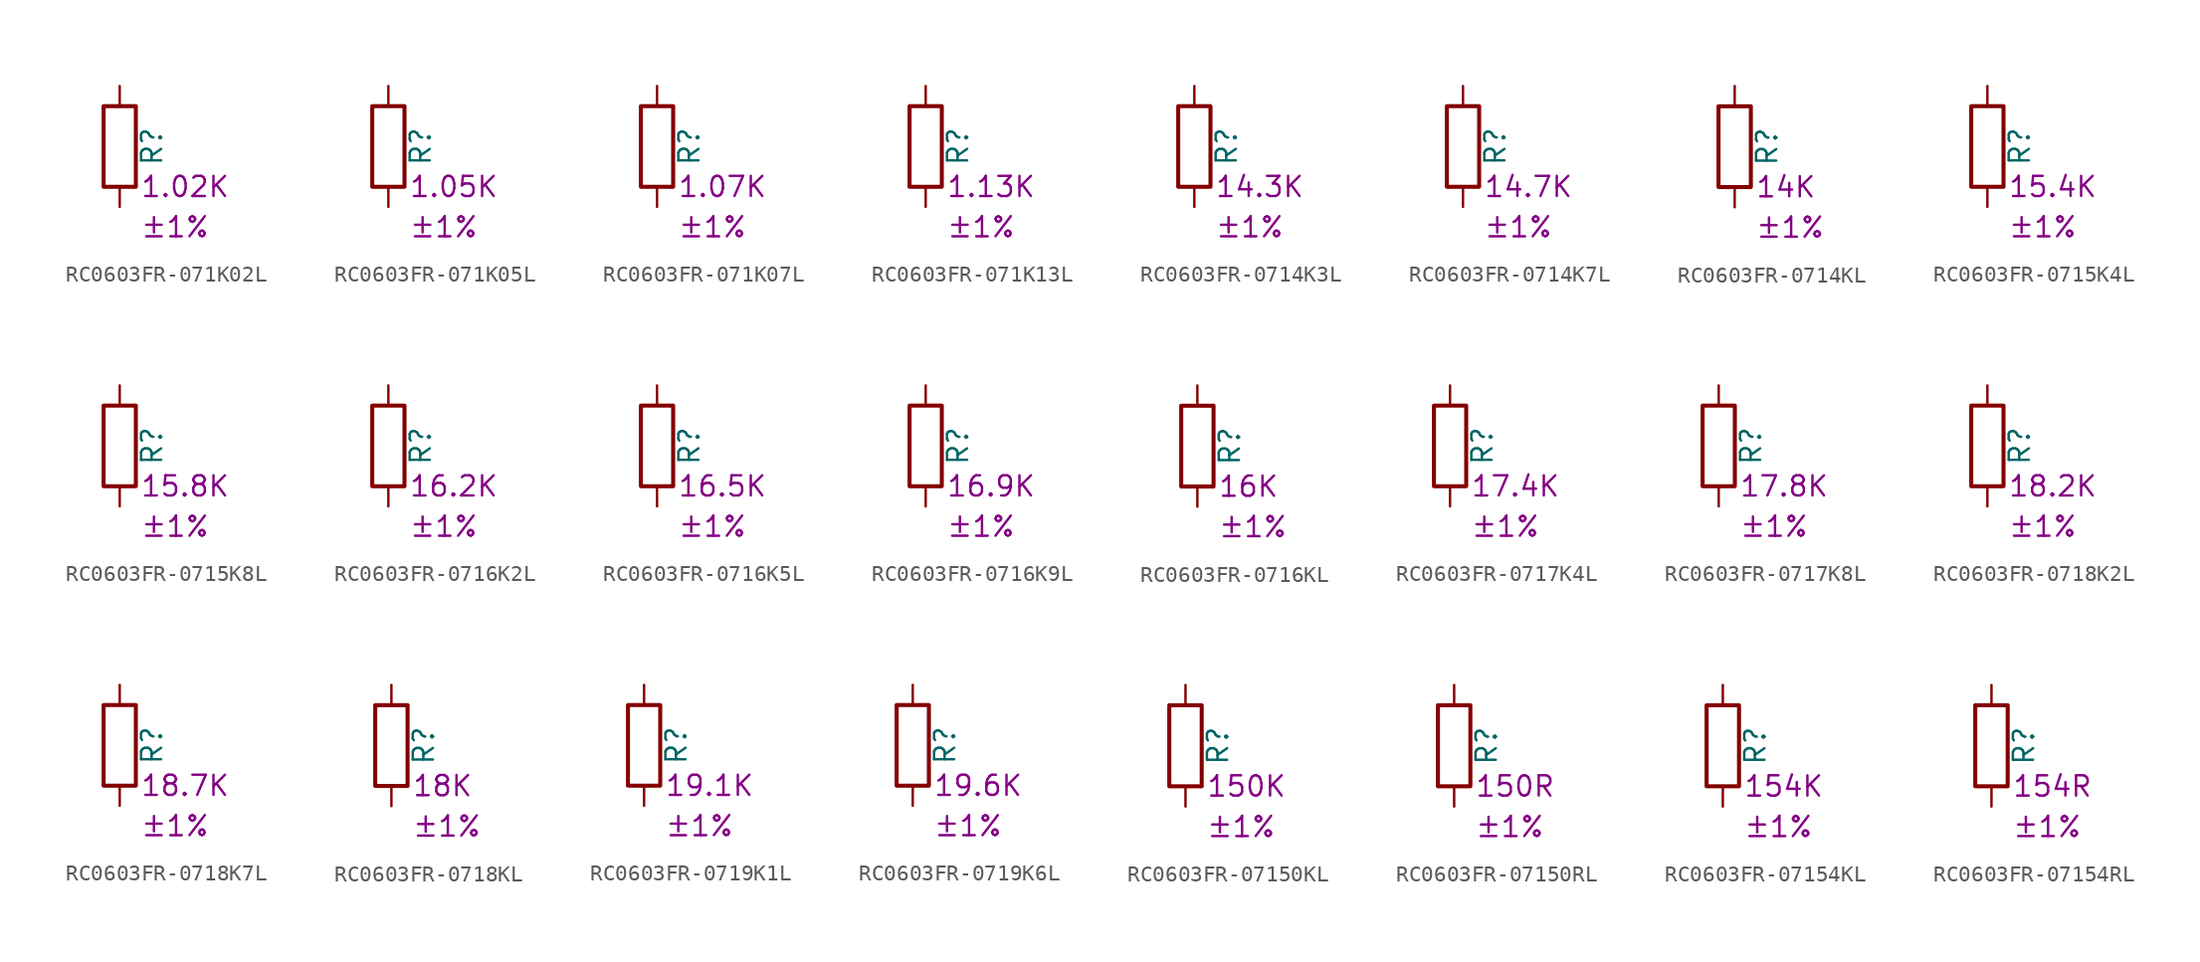
<source format=kicad_sym>
(kicad_symbol_lib
  (version 20220914)
  (generator kicad_symbol_editor)
  (symbol "RC0603FR-071K02L"
    (pin_numbers hide)
    (pin_names
      (offset 0))
    (property "Reference" "R"
      (at 2.032 0 90)
      (effects (font (size 1.27 1.27))))
    (property "Resistance" "1.02K"
      (at 1.27 -2.54 0)
      (effects (font (size 1.27 1.27)) (justify left)))
    (property "Tolerance" "±1%"
      (at 1.27 -5.08 0)
      (effects (font (size 1.27 1.27)) (justify left)))
    (symbol "RC0603FR-071K02L_0_1"
      (rectangle (start -1.016 -2.54) (end 1.016 2.54) (stroke (width 0.254) (type default)) (fill (type none))))
    (symbol "RC0603FR-071K02L_1_1"
      (pin passive line (at 0 3.81 270) (length 1.27) (name "~" (effects (font (size 1.27 1.27)))) (number "1" (effects (font (size 1.27 1.27)))))
      (pin passive line (at 0 -3.81 90) (length 1.27) (name "~" (effects (font (size 1.27 1.27)))) (number "2" (effects (font (size 1.27 1.27)))))))
  (symbol "RC0603FR-071K05L"
    (pin_numbers hide)
    (pin_names
      (offset 0))
    (property "Reference" "R"
      (at 2.032 0 90)
      (effects (font (size 1.27 1.27))))
    (property "Resistance" "1.05K"
      (at 1.27 -2.54 0)
      (effects (font (size 1.27 1.27)) (justify left)))
    (property "Tolerance" "±1%"
      (at 1.27 -5.08 0)
      (effects (font (size 1.27 1.27)) (justify left)))
    (symbol "RC0603FR-071K05L_0_1"
      (rectangle (start -1.016 -2.54) (end 1.016 2.54) (stroke (width 0.254) (type default)) (fill (type none))))
    (symbol "RC0603FR-071K05L_1_1"
      (pin passive line (at 0 3.81 270) (length 1.27) (name "~" (effects (font (size 1.27 1.27)))) (number "1" (effects (font (size 1.27 1.27)))))
      (pin passive line (at 0 -3.81 90) (length 1.27) (name "~" (effects (font (size 1.27 1.27)))) (number "2" (effects (font (size 1.27 1.27)))))))
  (symbol "RC0603FR-071K07L"
    (pin_numbers hide)
    (pin_names
      (offset 0))
    (property "Reference" "R"
      (at 2.032 0 90)
      (effects (font (size 1.27 1.27))))
    (property "Resistance" "1.07K"
      (at 1.27 -2.54 0)
      (effects (font (size 1.27 1.27)) (justify left)))
    (property "Tolerance" "±1%"
      (at 1.27 -5.08 0)
      (effects (font (size 1.27 1.27)) (justify left)))
    (symbol "RC0603FR-071K07L_0_1"
      (rectangle (start -1.016 -2.54) (end 1.016 2.54) (stroke (width 0.254) (type default)) (fill (type none))))
    (symbol "RC0603FR-071K07L_1_1"
      (pin passive line (at 0 3.81 270) (length 1.27) (name "~" (effects (font (size 1.27 1.27)))) (number "1" (effects (font (size 1.27 1.27)))))
      (pin passive line (at 0 -3.81 90) (length 1.27) (name "~" (effects (font (size 1.27 1.27)))) (number "2" (effects (font (size 1.27 1.27)))))))
  (symbol "RC0603FR-071K13L"
    (pin_numbers hide)
    (pin_names
      (offset 0))
    (property "Reference" "R"
      (at 2.032 0 90)
      (effects (font (size 1.27 1.27))))
    (property "Resistance" "1.13K"
      (at 1.27 -2.54 0)
      (effects (font (size 1.27 1.27)) (justify left)))
    (property "Tolerance" "±1%"
      (at 1.27 -5.08 0)
      (effects (font (size 1.27 1.27)) (justify left)))
    (symbol "RC0603FR-071K13L_0_1"
      (rectangle (start -1.016 -2.54) (end 1.016 2.54) (stroke (width 0.254) (type default)) (fill (type none))))
    (symbol "RC0603FR-071K13L_1_1"
      (pin passive line (at 0 3.81 270) (length 1.27) (name "~" (effects (font (size 1.27 1.27)))) (number "1" (effects (font (size 1.27 1.27)))))
      (pin passive line (at 0 -3.81 90) (length 1.27) (name "~" (effects (font (size 1.27 1.27)))) (number "2" (effects (font (size 1.27 1.27)))))))
  (symbol "RC0603FR-0714K3L"
    (pin_numbers hide)
    (pin_names
      (offset 0))
    (property "Reference" "R"
      (at 2.032 0 90)
      (effects (font (size 1.27 1.27))))
    (property "Resistance" "14.3K"
      (at 1.27 -2.54 0)
      (effects (font (size 1.27 1.27)) (justify left)))
    (property "Tolerance" "±1%"
      (at 1.27 -5.08 0)
      (effects (font (size 1.27 1.27)) (justify left)))
    (symbol "RC0603FR-0714K3L_0_1"
      (rectangle (start -1.016 -2.54) (end 1.016 2.54) (stroke (width 0.254) (type default)) (fill (type none))))
    (symbol "RC0603FR-0714K3L_1_1"
      (pin passive line (at 0 3.81 270) (length 1.27) (name "~" (effects (font (size 1.27 1.27)))) (number "1" (effects (font (size 1.27 1.27)))))
      (pin passive line (at 0 -3.81 90) (length 1.27) (name "~" (effects (font (size 1.27 1.27)))) (number "2" (effects (font (size 1.27 1.27)))))))
  (symbol "RC0603FR-0714K7L"
    (pin_numbers hide)
    (pin_names
      (offset 0))
    (property "Reference" "R"
      (at 2.032 0 90)
      (effects (font (size 1.27 1.27))))
    (property "Resistance" "14.7K"
      (at 1.27 -2.54 0)
      (effects (font (size 1.27 1.27)) (justify left)))
    (property "Tolerance" "±1%"
      (at 1.27 -5.08 0)
      (effects (font (size 1.27 1.27)) (justify left)))
    (symbol "RC0603FR-0714K7L_0_1"
      (rectangle (start -1.016 -2.54) (end 1.016 2.54) (stroke (width 0.254) (type default)) (fill (type none))))
    (symbol "RC0603FR-0714K7L_1_1"
      (pin passive line (at 0 3.81 270) (length 1.27) (name "~" (effects (font (size 1.27 1.27)))) (number "1" (effects (font (size 1.27 1.27)))))
      (pin passive line (at 0 -3.81 90) (length 1.27) (name "~" (effects (font (size 1.27 1.27)))) (number "2" (effects (font (size 1.27 1.27)))))))
  (symbol "RC0603FR-0714KL"
    (pin_numbers hide)
    (pin_names
      (offset 0))
    (property "Reference" "R"
      (at 2.032 0 90)
      (effects (font (size 1.27 1.27))))
    (property "Resistance" "14K"
      (at 1.27 -2.54 0)
      (effects (font (size 1.27 1.27)) (justify left)))
    (property "Tolerance" "±1%"
      (at 1.27 -5.08 0)
      (effects (font (size 1.27 1.27)) (justify left)))
    (symbol "RC0603FR-0714KL_0_1"
      (rectangle (start -1.016 -2.54) (end 1.016 2.54) (stroke (width 0.254) (type default)) (fill (type none))))
    (symbol "RC0603FR-0714KL_1_1"
      (pin passive line (at 0 3.81 270) (length 1.27) (name "~" (effects (font (size 1.27 1.27)))) (number "1" (effects (font (size 1.27 1.27)))))
      (pin passive line (at 0 -3.81 90) (length 1.27) (name "~" (effects (font (size 1.27 1.27)))) (number "2" (effects (font (size 1.27 1.27)))))))
  (symbol "RC0603FR-0715K4L"
    (pin_numbers hide)
    (pin_names
      (offset 0))
    (property "Reference" "R"
      (at 2.032 0 90)
      (effects (font (size 1.27 1.27))))
    (property "Resistance" "15.4K"
      (at 1.27 -2.54 0)
      (effects (font (size 1.27 1.27)) (justify left)))
    (property "Tolerance" "±1%"
      (at 1.27 -5.08 0)
      (effects (font (size 1.27 1.27)) (justify left)))
    (symbol "RC0603FR-0715K4L_0_1"
      (rectangle (start -1.016 -2.54) (end 1.016 2.54) (stroke (width 0.254) (type default)) (fill (type none))))
    (symbol "RC0603FR-0715K4L_1_1"
      (pin passive line (at 0 3.81 270) (length 1.27) (name "~" (effects (font (size 1.27 1.27)))) (number "1" (effects (font (size 1.27 1.27)))))
      (pin passive line (at 0 -3.81 90) (length 1.27) (name "~" (effects (font (size 1.27 1.27)))) (number "2" (effects (font (size 1.27 1.27)))))))
  (symbol "RC0603FR-0715K8L"
    (pin_numbers hide)
    (pin_names
      (offset 0))
    (property "Reference" "R"
      (at 2.032 0 90)
      (effects (font (size 1.27 1.27))))
    (property "Resistance" "15.8K"
      (at 1.27 -2.54 0)
      (effects (font (size 1.27 1.27)) (justify left)))
    (property "Tolerance" "±1%"
      (at 1.27 -5.08 0)
      (effects (font (size 1.27 1.27)) (justify left)))
    (symbol "RC0603FR-0715K8L_0_1"
      (rectangle (start -1.016 -2.54) (end 1.016 2.54) (stroke (width 0.254) (type default)) (fill (type none))))
    (symbol "RC0603FR-0715K8L_1_1"
      (pin passive line (at 0 3.81 270) (length 1.27) (name "~" (effects (font (size 1.27 1.27)))) (number "1" (effects (font (size 1.27 1.27)))))
      (pin passive line (at 0 -3.81 90) (length 1.27) (name "~" (effects (font (size 1.27 1.27)))) (number "2" (effects (font (size 1.27 1.27)))))))
  (symbol "RC0603FR-0716K2L"
    (pin_numbers hide)
    (pin_names
      (offset 0))
    (property "Reference" "R"
      (at 2.032 0 90)
      (effects (font (size 1.27 1.27))))
    (property "Resistance" "16.2K"
      (at 1.27 -2.54 0)
      (effects (font (size 1.27 1.27)) (justify left)))
    (property "Tolerance" "±1%"
      (at 1.27 -5.08 0)
      (effects (font (size 1.27 1.27)) (justify left)))
    (symbol "RC0603FR-0716K2L_0_1"
      (rectangle (start -1.016 -2.54) (end 1.016 2.54) (stroke (width 0.254) (type default)) (fill (type none))))
    (symbol "RC0603FR-0716K2L_1_1"
      (pin passive line (at 0 3.81 270) (length 1.27) (name "~" (effects (font (size 1.27 1.27)))) (number "1" (effects (font (size 1.27 1.27)))))
      (pin passive line (at 0 -3.81 90) (length 1.27) (name "~" (effects (font (size 1.27 1.27)))) (number "2" (effects (font (size 1.27 1.27)))))))
  (symbol "RC0603FR-0716K5L"
    (pin_numbers hide)
    (pin_names
      (offset 0))
    (property "Reference" "R"
      (at 2.032 0 90)
      (effects (font (size 1.27 1.27))))
    (property "Resistance" "16.5K"
      (at 1.27 -2.54 0)
      (effects (font (size 1.27 1.27)) (justify left)))
    (property "Tolerance" "±1%"
      (at 1.27 -5.08 0)
      (effects (font (size 1.27 1.27)) (justify left)))
    (symbol "RC0603FR-0716K5L_0_1"
      (rectangle (start -1.016 -2.54) (end 1.016 2.54) (stroke (width 0.254) (type default)) (fill (type none))))
    (symbol "RC0603FR-0716K5L_1_1"
      (pin passive line (at 0 3.81 270) (length 1.27) (name "~" (effects (font (size 1.27 1.27)))) (number "1" (effects (font (size 1.27 1.27)))))
      (pin passive line (at 0 -3.81 90) (length 1.27) (name "~" (effects (font (size 1.27 1.27)))) (number "2" (effects (font (size 1.27 1.27)))))))
  (symbol "RC0603FR-0716K9L"
    (pin_numbers hide)
    (pin_names
      (offset 0))
    (property "Reference" "R"
      (at 2.032 0 90)
      (effects (font (size 1.27 1.27))))
    (property "Resistance" "16.9K"
      (at 1.27 -2.54 0)
      (effects (font (size 1.27 1.27)) (justify left)))
    (property "Tolerance" "±1%"
      (at 1.27 -5.08 0)
      (effects (font (size 1.27 1.27)) (justify left)))
    (symbol "RC0603FR-0716K9L_0_1"
      (rectangle (start -1.016 -2.54) (end 1.016 2.54) (stroke (width 0.254) (type default)) (fill (type none))))
    (symbol "RC0603FR-0716K9L_1_1"
      (pin passive line (at 0 3.81 270) (length 1.27) (name "~" (effects (font (size 1.27 1.27)))) (number "1" (effects (font (size 1.27 1.27)))))
      (pin passive line (at 0 -3.81 90) (length 1.27) (name "~" (effects (font (size 1.27 1.27)))) (number "2" (effects (font (size 1.27 1.27)))))))
  (symbol "RC0603FR-0716KL"
    (pin_numbers hide)
    (pin_names
      (offset 0))
    (property "Reference" "R"
      (at 2.032 0 90)
      (effects (font (size 1.27 1.27))))
    (property "Resistance" "16K"
      (at 1.27 -2.54 0)
      (effects (font (size 1.27 1.27)) (justify left)))
    (property "Tolerance" "±1%"
      (at 1.27 -5.08 0)
      (effects (font (size 1.27 1.27)) (justify left)))
    (symbol "RC0603FR-0716KL_0_1"
      (rectangle (start -1.016 -2.54) (end 1.016 2.54) (stroke (width 0.254) (type default)) (fill (type none))))
    (symbol "RC0603FR-0716KL_1_1"
      (pin passive line (at 0 3.81 270) (length 1.27) (name "~" (effects (font (size 1.27 1.27)))) (number "1" (effects (font (size 1.27 1.27)))))
      (pin passive line (at 0 -3.81 90) (length 1.27) (name "~" (effects (font (size 1.27 1.27)))) (number "2" (effects (font (size 1.27 1.27)))))))
  (symbol "RC0603FR-0717K4L"
    (pin_numbers hide)
    (pin_names
      (offset 0))
    (property "Reference" "R"
      (at 2.032 0 90)
      (effects (font (size 1.27 1.27))))
    (property "Resistance" "17.4K"
      (at 1.27 -2.54 0)
      (effects (font (size 1.27 1.27)) (justify left)))
    (property "Tolerance" "±1%"
      (at 1.27 -5.08 0)
      (effects (font (size 1.27 1.27)) (justify left)))
    (symbol "RC0603FR-0717K4L_0_1"
      (rectangle (start -1.016 -2.54) (end 1.016 2.54) (stroke (width 0.254) (type default)) (fill (type none))))
    (symbol "RC0603FR-0717K4L_1_1"
      (pin passive line (at 0 3.81 270) (length 1.27) (name "~" (effects (font (size 1.27 1.27)))) (number "1" (effects (font (size 1.27 1.27)))))
      (pin passive line (at 0 -3.81 90) (length 1.27) (name "~" (effects (font (size 1.27 1.27)))) (number "2" (effects (font (size 1.27 1.27)))))))
  (symbol "RC0603FR-0717K8L"
    (pin_numbers hide)
    (pin_names
      (offset 0))
    (property "Reference" "R"
      (at 2.032 0 90)
      (effects (font (size 1.27 1.27))))
    (property "Resistance" "17.8K"
      (at 1.27 -2.54 0)
      (effects (font (size 1.27 1.27)) (justify left)))
    (property "Tolerance" "±1%"
      (at 1.27 -5.08 0)
      (effects (font (size 1.27 1.27)) (justify left)))
    (symbol "RC0603FR-0717K8L_0_1"
      (rectangle (start -1.016 -2.54) (end 1.016 2.54) (stroke (width 0.254) (type default)) (fill (type none))))
    (symbol "RC0603FR-0717K8L_1_1"
      (pin passive line (at 0 3.81 270) (length 1.27) (name "~" (effects (font (size 1.27 1.27)))) (number "1" (effects (font (size 1.27 1.27)))))
      (pin passive line (at 0 -3.81 90) (length 1.27) (name "~" (effects (font (size 1.27 1.27)))) (number "2" (effects (font (size 1.27 1.27)))))))
  (symbol "RC0603FR-0718K2L"
    (pin_numbers hide)
    (pin_names
      (offset 0))
    (property "Reference" "R"
      (at 2.032 0 90)
      (effects (font (size 1.27 1.27))))
    (property "Resistance" "18.2K"
      (at 1.27 -2.54 0)
      (effects (font (size 1.27 1.27)) (justify left)))
    (property "Tolerance" "±1%"
      (at 1.27 -5.08 0)
      (effects (font (size 1.27 1.27)) (justify left)))
    (symbol "RC0603FR-0718K2L_0_1"
      (rectangle (start -1.016 -2.54) (end 1.016 2.54) (stroke (width 0.254) (type default)) (fill (type none))))
    (symbol "RC0603FR-0718K2L_1_1"
      (pin passive line (at 0 3.81 270) (length 1.27) (name "~" (effects (font (size 1.27 1.27)))) (number "1" (effects (font (size 1.27 1.27)))))
      (pin passive line (at 0 -3.81 90) (length 1.27) (name "~" (effects (font (size 1.27 1.27)))) (number "2" (effects (font (size 1.27 1.27)))))))
  (symbol "RC0603FR-0718K7L"
    (pin_numbers hide)
    (pin_names
      (offset 0))
    (property "Reference" "R"
      (at 2.032 0 90)
      (effects (font (size 1.27 1.27))))
    (property "Resistance" "18.7K"
      (at 1.27 -2.54 0)
      (effects (font (size 1.27 1.27)) (justify left)))
    (property "Tolerance" "±1%"
      (at 1.27 -5.08 0)
      (effects (font (size 1.27 1.27)) (justify left)))
    (symbol "RC0603FR-0718K7L_0_1"
      (rectangle (start -1.016 -2.54) (end 1.016 2.54) (stroke (width 0.254) (type default)) (fill (type none))))
    (symbol "RC0603FR-0718K7L_1_1"
      (pin passive line (at 0 3.81 270) (length 1.27) (name "~" (effects (font (size 1.27 1.27)))) (number "1" (effects (font (size 1.27 1.27)))))
      (pin passive line (at 0 -3.81 90) (length 1.27) (name "~" (effects (font (size 1.27 1.27)))) (number "2" (effects (font (size 1.27 1.27)))))))
  (symbol "RC0603FR-0718KL"
    (pin_numbers hide)
    (pin_names
      (offset 0))
    (property "Reference" "R"
      (at 2.032 0 90)
      (effects (font (size 1.27 1.27))))
    (property "Resistance" "18K"
      (at 1.27 -2.54 0)
      (effects (font (size 1.27 1.27)) (justify left)))
    (property "Tolerance" "±1%"
      (at 1.27 -5.08 0)
      (effects (font (size 1.27 1.27)) (justify left)))
    (symbol "RC0603FR-0718KL_0_1"
      (rectangle (start -1.016 -2.54) (end 1.016 2.54) (stroke (width 0.254) (type default)) (fill (type none))))
    (symbol "RC0603FR-0718KL_1_1"
      (pin passive line (at 0 3.81 270) (length 1.27) (name "~" (effects (font (size 1.27 1.27)))) (number "1" (effects (font (size 1.27 1.27)))))
      (pin passive line (at 0 -3.81 90) (length 1.27) (name "~" (effects (font (size 1.27 1.27)))) (number "2" (effects (font (size 1.27 1.27)))))))
  (symbol "RC0603FR-0719K1L"
    (pin_numbers hide)
    (pin_names
      (offset 0))
    (property "Reference" "R"
      (at 2.032 0 90)
      (effects (font (size 1.27 1.27))))
    (property "Resistance" "19.1K"
      (at 1.27 -2.54 0)
      (effects (font (size 1.27 1.27)) (justify left)))
    (property "Tolerance" "±1%"
      (at 1.27 -5.08 0)
      (effects (font (size 1.27 1.27)) (justify left)))
    (symbol "RC0603FR-0719K1L_0_1"
      (rectangle (start -1.016 -2.54) (end 1.016 2.54) (stroke (width 0.254) (type default)) (fill (type none))))
    (symbol "RC0603FR-0719K1L_1_1"
      (pin passive line (at 0 3.81 270) (length 1.27) (name "~" (effects (font (size 1.27 1.27)))) (number "1" (effects (font (size 1.27 1.27)))))
      (pin passive line (at 0 -3.81 90) (length 1.27) (name "~" (effects (font (size 1.27 1.27)))) (number "2" (effects (font (size 1.27 1.27)))))))
  (symbol "RC0603FR-0719K6L"
    (pin_numbers hide)
    (pin_names
      (offset 0))
    (property "Reference" "R"
      (at 2.032 0 90)
      (effects (font (size 1.27 1.27))))
    (property "Resistance" "19.6K"
      (at 1.27 -2.54 0)
      (effects (font (size 1.27 1.27)) (justify left)))
    (property "Tolerance" "±1%"
      (at 1.27 -5.08 0)
      (effects (font (size 1.27 1.27)) (justify left)))
    (symbol "RC0603FR-0719K6L_0_1"
      (rectangle (start -1.016 -2.54) (end 1.016 2.54) (stroke (width 0.254) (type default)) (fill (type none))))
    (symbol "RC0603FR-0719K6L_1_1"
      (pin passive line (at 0 3.81 270) (length 1.27) (name "~" (effects (font (size 1.27 1.27)))) (number "1" (effects (font (size 1.27 1.27)))))
      (pin passive line (at 0 -3.81 90) (length 1.27) (name "~" (effects (font (size 1.27 1.27)))) (number "2" (effects (font (size 1.27 1.27)))))))
  (symbol "RC0603FR-07150KL"
    (pin_numbers hide)
    (pin_names
      (offset 0))
    (property "Reference" "R"
      (at 2.032 0 90)
      (effects (font (size 1.27 1.27))))
    (property "Resistance" "150K"
      (at 1.27 -2.54 0)
      (effects (font (size 1.27 1.27)) (justify left)))
    (property "Tolerance" "±1%"
      (at 1.27 -5.08 0)
      (effects (font (size 1.27 1.27)) (justify left)))
    (symbol "RC0603FR-07150KL_0_1"
      (rectangle (start -1.016 -2.54) (end 1.016 2.54) (stroke (width 0.254) (type default)) (fill (type none))))
    (symbol "RC0603FR-07150KL_1_1"
      (pin passive line (at 0 3.81 270) (length 1.27) (name "~" (effects (font (size 1.27 1.27)))) (number "1" (effects (font (size 1.27 1.27)))))
      (pin passive line (at 0 -3.81 90) (length 1.27) (name "~" (effects (font (size 1.27 1.27)))) (number "2" (effects (font (size 1.27 1.27)))))))
  (symbol "RC0603FR-07150RL"
    (pin_numbers hide)
    (pin_names
      (offset 0))
    (property "Reference" "R"
      (at 2.032 0 90)
      (effects (font (size 1.27 1.27))))
    (property "Resistance" "150R"
      (at 1.27 -2.54 0)
      (effects (font (size 1.27 1.27)) (justify left)))
    (property "Tolerance" "±1%"
      (at 1.27 -5.08 0)
      (effects (font (size 1.27 1.27)) (justify left)))
    (symbol "RC0603FR-07150RL_0_1"
      (rectangle (start -1.016 -2.54) (end 1.016 2.54) (stroke (width 0.254) (type default)) (fill (type none))))
    (symbol "RC0603FR-07150RL_1_1"
      (pin passive line (at 0 3.81 270) (length 1.27) (name "~" (effects (font (size 1.27 1.27)))) (number "1" (effects (font (size 1.27 1.27)))))
      (pin passive line (at 0 -3.81 90) (length 1.27) (name "~" (effects (font (size 1.27 1.27)))) (number "2" (effects (font (size 1.27 1.27)))))))
  (symbol "RC0603FR-07154KL"
    (pin_numbers hide)
    (pin_names
      (offset 0))
    (property "Reference" "R"
      (at 2.032 0 90)
      (effects (font (size 1.27 1.27))))
    (property "Resistance" "154K"
      (at 1.27 -2.54 0)
      (effects (font (size 1.27 1.27)) (justify left)))
    (property "Tolerance" "±1%"
      (at 1.27 -5.08 0)
      (effects (font (size 1.27 1.27)) (justify left)))
    (symbol "RC0603FR-07154KL_0_1"
      (rectangle (start -1.016 -2.54) (end 1.016 2.54) (stroke (width 0.254) (type default)) (fill (type none))))
    (symbol "RC0603FR-07154KL_1_1"
      (pin passive line (at 0 3.81 270) (length 1.27) (name "~" (effects (font (size 1.27 1.27)))) (number "1" (effects (font (size 1.27 1.27)))))
      (pin passive line (at 0 -3.81 90) (length 1.27) (name "~" (effects (font (size 1.27 1.27)))) (number "2" (effects (font (size 1.27 1.27)))))))
  (symbol "RC0603FR-07154RL"
    (pin_numbers hide)
    (pin_names
      (offset 0))
    (property "Reference" "R"
      (at 2.032 0 90)
      (effects (font (size 1.27 1.27))))
    (property "Resistance" "154R"
      (at 1.27 -2.54 0)
      (effects (font (size 1.27 1.27)) (justify left)))
    (property "Tolerance" "±1%"
      (at 1.27 -5.08 0)
      (effects (font (size 1.27 1.27)) (justify left)))
    (symbol "RC0603FR-07154RL_0_1"
      (rectangle (start -1.016 -2.54) (end 1.016 2.54) (stroke (width 0.254) (type default)) (fill (type none))))
    (symbol "RC0603FR-07154RL_1_1"
      (pin passive line (at 0 3.81 270) (length 1.27) (name "~" (effects (font (size 1.27 1.27)))) (number "1" (effects (font (size 1.27 1.27)))))
      (pin passive line (at 0 -3.81 90) (length 1.27) (name "~" (effects (font (size 1.27 1.27)))) (number "2" (effects (font (size 1.27 1.27))))))))
</source>
